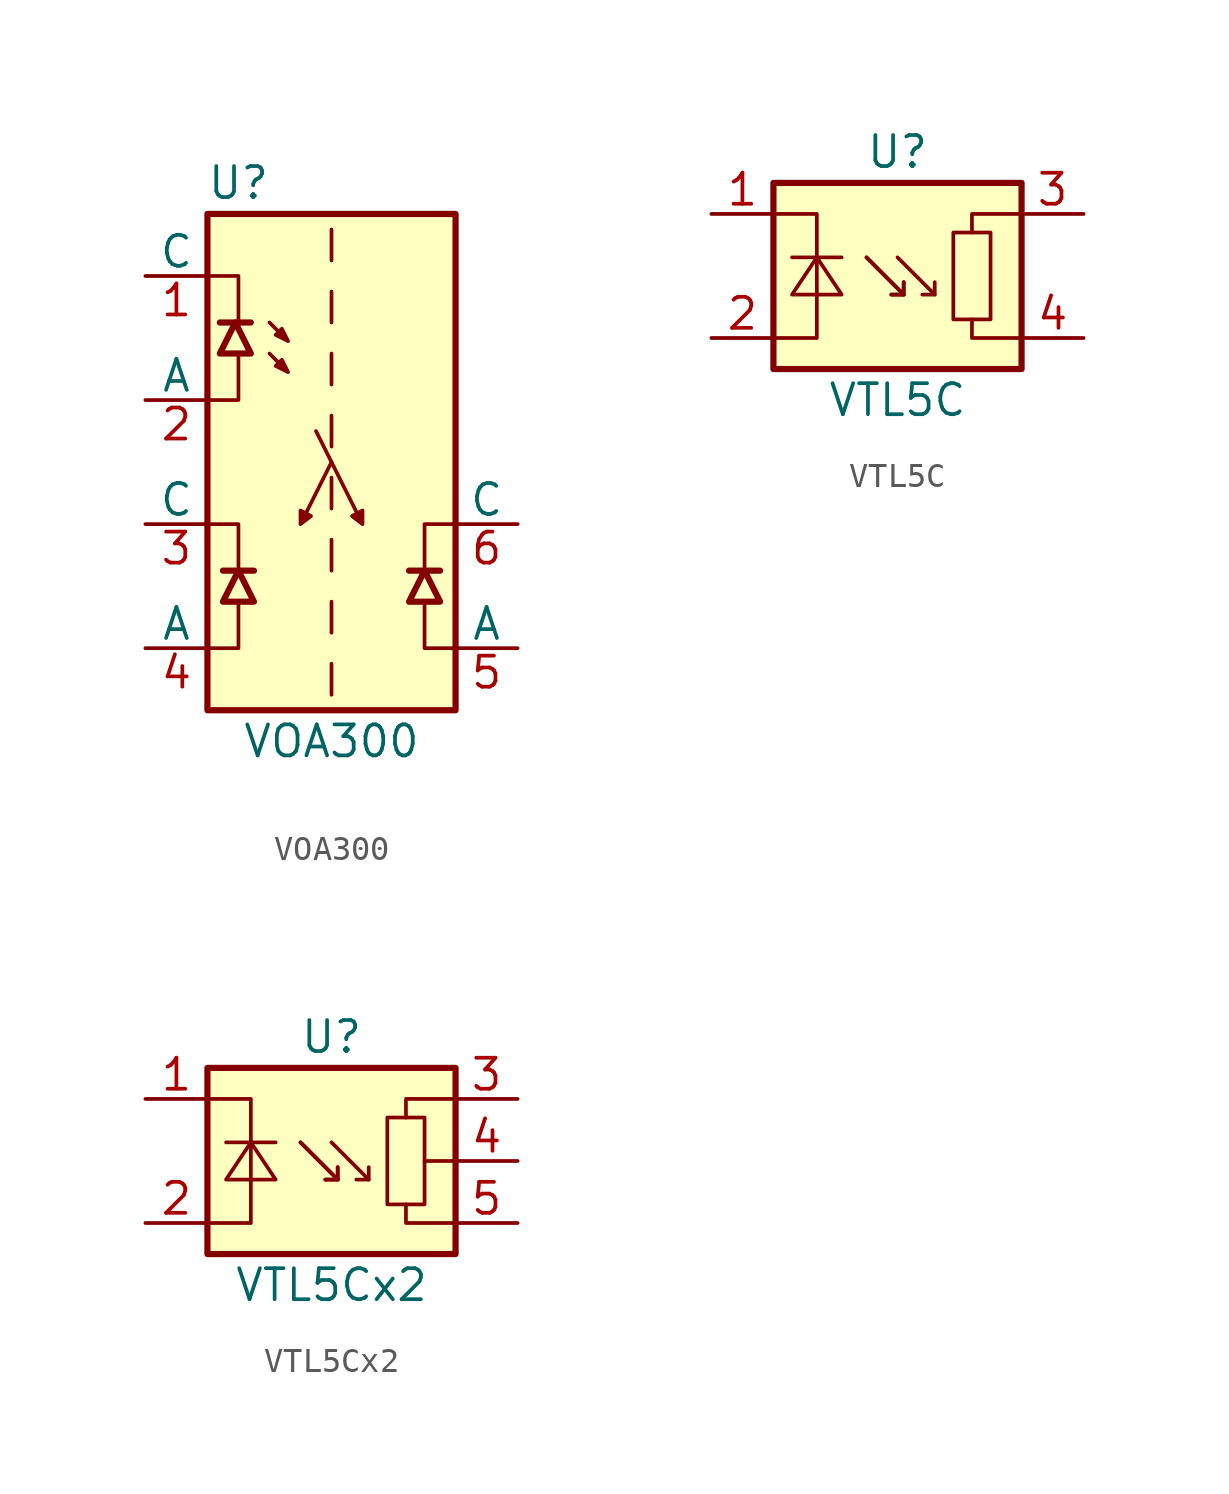
<source format=kicad_sym>
(kicad_symbol_lib
  (version 20241209)
  (generator "kicad_symbol_editor")
  (generator_version "9.0")
  (symbol "VOA300"
    (pin_names
      (offset 0))
    (property "Reference" "U"
      (at -3.81 11.43 0)
      (effects (font (size 1.27 1.27))))
    (property "Value" "VOA300"
      (at 0 -11.43 0)
      (effects (font (size 1.27 1.27))))
    (symbol "VOA300_0_1"
      (polyline (pts (xy -5.08 7.62) (xy -3.81 7.62) (xy -3.81 5.715)) (stroke (width 0.152) (type default)) (fill (type none)))
      (polyline (pts (xy -5.08 -2.54) (xy -3.81 -2.54) (xy -3.81 -4.445)) (stroke (width 0.152) (type default)) (fill (type none)))
      (polyline (pts (xy -3.81 4.445) (xy -3.81 2.54) (xy -5.08 2.54)) (stroke (width 0.152) (type default)) (fill (type none)))
      (polyline (pts (xy -3.81 -5.715) (xy -3.81 -7.62) (xy -5.08 -7.62)) (stroke (width 0.152) (type default)) (fill (type none)))
      (polyline (pts (xy -2.54 5.715) (xy -1.778 4.953) (xy -2.032 5.461) (xy -2.286 5.207) (xy -1.778 4.953) (xy -1.778 4.953)) (stroke (width 0) (type default)) (fill (type outline)))
      (polyline (pts (xy -2.54 4.445) (xy -1.778 3.683) (xy -2.032 4.191) (xy -2.286 3.937) (xy -1.778 3.683) (xy -1.778 3.683)) (stroke (width 0) (type default)) (fill (type outline)))
      (polyline (pts (xy -0.635 1.27) (xy 1.27 -2.54) (xy 1.27 -1.981) (xy 0.838 -2.21) (xy 1.27 -2.54)) (stroke (width 0.152) (type default)) (fill (type outline)))
      (polyline (pts (xy 0 0) (xy -1.27 -2.54) (xy -1.27 -1.981) (xy -0.838 -2.21) (xy -1.27 -2.54)) (stroke (width 0.152) (type default)) (fill (type outline)))
      (polyline (pts (xy 3.81 -4.445) (xy 3.81 -2.54) (xy 5.08 -2.54)) (stroke (width 0.152) (type default)) (fill (type none)))
      (polyline (pts (xy 5.08 -7.62) (xy 3.81 -7.62) (xy 3.81 -5.715)) (stroke (width 0.152) (type default)) (fill (type none))))
    (symbol "VOA300_1_1"
      (rectangle (start -5.08 10.16) (end 5.08 -10.16) (stroke (width 0.254) (type default)) (fill (type background)))
      (polyline (pts (xy -4.572 5.715) (xy -3.302 5.715)) (stroke (width 0.254) (type default)) (fill (type none)))
      (polyline (pts (xy -4.445 -4.445) (xy -3.175 -4.445)) (stroke (width 0.254) (type default)) (fill (type none)))
      (polyline (pts (xy -3.937 5.715) (xy -4.572 4.445) (xy -3.302 4.445) (xy -3.937 5.715)) (stroke (width 0.254) (type default)) (fill (type none)))
      (polyline (pts (xy -3.81 -4.445) (xy -4.445 -5.715) (xy -3.175 -5.715) (xy -3.81 -4.445)) (stroke (width 0.254) (type default)) (fill (type none)))
      (polyline (pts (xy 0 9.525) (xy 0 8.255)) (stroke (width 0) (type default)) (fill (type none)))
      (polyline (pts (xy 0 6.985) (xy 0 5.715)) (stroke (width 0) (type default)) (fill (type none)))
      (polyline (pts (xy 0 4.445) (xy 0 3.175)) (stroke (width 0) (type default)) (fill (type none)))
      (polyline (pts (xy 0 1.905) (xy 0 0.635)) (stroke (width 0) (type default)) (fill (type none)))
      (polyline (pts (xy 0 -0.635) (xy 0 -1.905)) (stroke (width 0) (type default)) (fill (type none)))
      (polyline (pts (xy 0 -3.175) (xy 0 -4.445)) (stroke (width 0) (type default)) (fill (type none)))
      (polyline (pts (xy 0 -5.715) (xy 0 -6.985)) (stroke (width 0) (type default)) (fill (type none)))
      (polyline (pts (xy 0 -8.255) (xy 0 -9.525)) (stroke (width 0) (type default)) (fill (type none)))
      (polyline (pts (xy 3.175 -4.445) (xy 4.445 -4.445)) (stroke (width 0.254) (type default)) (fill (type none)))
      (polyline (pts (xy 3.81 -4.445) (xy 3.175 -5.715) (xy 4.445 -5.715) (xy 3.81 -4.445)) (stroke (width 0.254) (type default)) (fill (type none)))
      (pin passive line (at -7.62 7.62 0) (length 2.54) (name "C" (effects (font (size 1.27 1.27)))) (number "1" (effects (font (size 1.27 1.27)))))
      (pin passive line (at -7.62 2.54 0) (length 2.54) (name "A" (effects (font (size 1.27 1.27)))) (number "2" (effects (font (size 1.27 1.27)))))
      (pin open_collector line (at -7.62 -2.54 0) (length 2.54) (name "C" (effects (font (size 1.27 1.27)))) (number "3" (effects (font (size 1.27 1.27)))))
      (pin passive line (at -7.62 -7.62 0) (length 2.54) (name "A" (effects (font (size 1.27 1.27)))) (number "4" (effects (font (size 1.27 1.27)))))
      (pin no_connect line (at 5.08 7.62 180) (length 2.54) (hide yes) (name "NC" (effects (font (size 1.27 1.27)))) (number "8" (effects (font (size 1.27 1.27)))))
      (pin no_connect line (at 5.08 2.54 180) (length 2.54) (hide yes) (name "NC" (effects (font (size 1.27 1.27)))) (number "7" (effects (font (size 1.27 1.27)))))
      (pin open_collector line (at 7.62 -2.54 180) (length 2.54) (name "C" (effects (font (size 1.27 1.27)))) (number "6" (effects (font (size 1.27 1.27)))))
      (pin passive line (at 7.62 -7.62 180) (length 2.54) (name "A" (effects (font (size 1.27 1.27)))) (number "5" (effects (font (size 1.27 1.27)))))))
  (symbol "VTL5C"
    (pin_names
      (offset 1.016)
      (hide yes))
    (property "Reference" "U"
      (at 0 5.08 0)
      (effects (font (size 1.27 1.27))))
    (property "Value" "VTL5C"
      (at 0 -5.08 0)
      (effects (font (size 1.27 1.27))))
    (symbol "VTL5C_0_1"
      (rectangle (start -5.08 3.81) (end 5.08 -3.81) (stroke (width 0.254) (type default)) (fill (type background)))
      (polyline (pts (xy -5.08 -2.54) (xy -3.302 -2.54) (xy -3.302 2.54) (xy -5.08 2.54)) (stroke (width 0) (type default)) (fill (type none)))
      (polyline (pts (xy -4.318 0.762) (xy -2.286 0.762)) (stroke (width 0) (type default)) (fill (type none)))
      (polyline (pts (xy -1.27 0.762) (xy 0.254 -0.762)) (stroke (width 0) (type default)) (fill (type none)))
      (polyline (pts (xy -1.27 0.762) (xy 0.254 -0.762)) (stroke (width 0) (type default)) (fill (type none)))
      (polyline (pts (xy 0 0.762) (xy 1.524 -0.762)) (stroke (width 0) (type default)) (fill (type none)))
      (polyline (pts (xy 0.254 -0.254) (xy 0.254 -0.762) (xy -0.254 -0.762)) (stroke (width 0) (type default)) (fill (type none)))
      (polyline (pts (xy 0.254 -0.254) (xy 0.254 -0.762) (xy -0.254 -0.762)) (stroke (width 0) (type default)) (fill (type none)))
      (polyline (pts (xy 1.524 -0.254) (xy 1.524 -0.762) (xy 1.016 -0.762)) (stroke (width 0) (type default)) (fill (type none)))
      (rectangle (start 2.286 1.778) (end 3.81 -1.778) (stroke (width 0) (type default)) (fill (type none)))
      (polyline (pts (xy 3.048 1.778) (xy 3.048 2.54) (xy 5.08 2.54)) (stroke (width 0) (type default)) (fill (type none)))
      (polyline (pts (xy 3.048 -1.778) (xy 3.048 -2.54) (xy 5.08 -2.54)) (stroke (width 0) (type default)) (fill (type none))))
    (symbol "VTL5C_1_1"
      (polyline (pts (xy -4.318 -0.762) (xy -3.302 0.762) (xy -2.286 -0.762) (xy -4.318 -0.762)) (stroke (width 0) (type default)) (fill (type none)))
      (pin passive line (at -7.62 2.54 0) (length 2.54) (name "-" (effects (font (size 1.27 1.27)))) (number "1" (effects (font (size 1.27 1.27)))))
      (pin passive line (at -7.62 -2.54 0) (length 2.54) (name "+" (effects (font (size 1.27 1.27)))) (number "2" (effects (font (size 1.27 1.27)))))
      (pin passive line (at 7.62 2.54 180) (length 2.54) (name "~" (effects (font (size 1.27 1.27)))) (number "3" (effects (font (size 1.27 1.27)))))
      (pin passive line (at 7.62 -2.54 180) (length 2.54) (name "~" (effects (font (size 1.27 1.27)))) (number "4" (effects (font (size 1.27 1.27)))))))
  (symbol "VTL5Cx2"
    (pin_names
      (offset 1.016)
      (hide yes))
    (property "Reference" "U"
      (at 0 5.08 0)
      (effects (font (size 1.27 1.27))))
    (property "Value" "VTL5Cx2"
      (at 0 -5.08 0)
      (effects (font (size 1.27 1.27))))
    (symbol "VTL5Cx2_0_1"
      (rectangle (start -5.08 3.81) (end 5.08 -3.81) (stroke (width 0.254) (type default)) (fill (type background)))
      (polyline (pts (xy -5.08 -2.54) (xy -3.302 -2.54) (xy -3.302 2.54) (xy -5.08 2.54)) (stroke (width 0) (type default)) (fill (type none)))
      (polyline (pts (xy -4.318 0.762) (xy -2.286 0.762)) (stroke (width 0) (type default)) (fill (type none)))
      (polyline (pts (xy -1.27 0.762) (xy 0.254 -0.762)) (stroke (width 0) (type default)) (fill (type none)))
      (polyline (pts (xy -1.27 0.762) (xy 0.254 -0.762)) (stroke (width 0) (type default)) (fill (type none)))
      (polyline (pts (xy 0 0.762) (xy 1.524 -0.762)) (stroke (width 0) (type default)) (fill (type none)))
      (polyline (pts (xy 0.254 -0.254) (xy 0.254 -0.762) (xy -0.254 -0.762)) (stroke (width 0) (type default)) (fill (type none)))
      (polyline (pts (xy 0.254 -0.254) (xy 0.254 -0.762) (xy -0.254 -0.762)) (stroke (width 0) (type default)) (fill (type none)))
      (polyline (pts (xy 1.524 -0.254) (xy 1.524 -0.762) (xy 1.016 -0.762)) (stroke (width 0) (type default)) (fill (type none)))
      (rectangle (start 2.286 1.778) (end 3.81 -1.778) (stroke (width 0) (type default)) (fill (type none)))
      (polyline (pts (xy 3.048 1.778) (xy 3.048 2.54) (xy 5.08 2.54)) (stroke (width 0) (type default)) (fill (type none)))
      (polyline (pts (xy 3.048 -1.778) (xy 3.048 -2.54) (xy 5.08 -2.54)) (stroke (width 0) (type default)) (fill (type none)))
      (polyline (pts (xy 5.08 0) (xy 3.81 0)) (stroke (width 0) (type default)) (fill (type none))))
    (symbol "VTL5Cx2_1_1"
      (polyline (pts (xy -4.318 -0.762) (xy -3.302 0.762) (xy -2.286 -0.762) (xy -4.318 -0.762)) (stroke (width 0) (type default)) (fill (type none)))
      (pin passive line (at -7.62 2.54 0) (length 2.54) (name "-" (effects (font (size 1.27 1.27)))) (number "1" (effects (font (size 1.27 1.27)))))
      (pin passive line (at -7.62 -2.54 0) (length 2.54) (name "+" (effects (font (size 1.27 1.27)))) (number "2" (effects (font (size 1.27 1.27)))))
      (pin passive line (at 7.62 2.54 180) (length 2.54) (name "~" (effects (font (size 1.27 1.27)))) (number "3" (effects (font (size 1.27 1.27)))))
      (pin passive line (at 7.62 0 180) (length 2.54) (name "~" (effects (font (size 1.27 1.27)))) (number "4" (effects (font (size 1.27 1.27)))))
      (pin passive line (at 7.62 -2.54 180) (length 2.54) (name "~" (effects (font (size 1.27 1.27)))) (number "5" (effects (font (size 1.27 1.27))))))))
</source>
